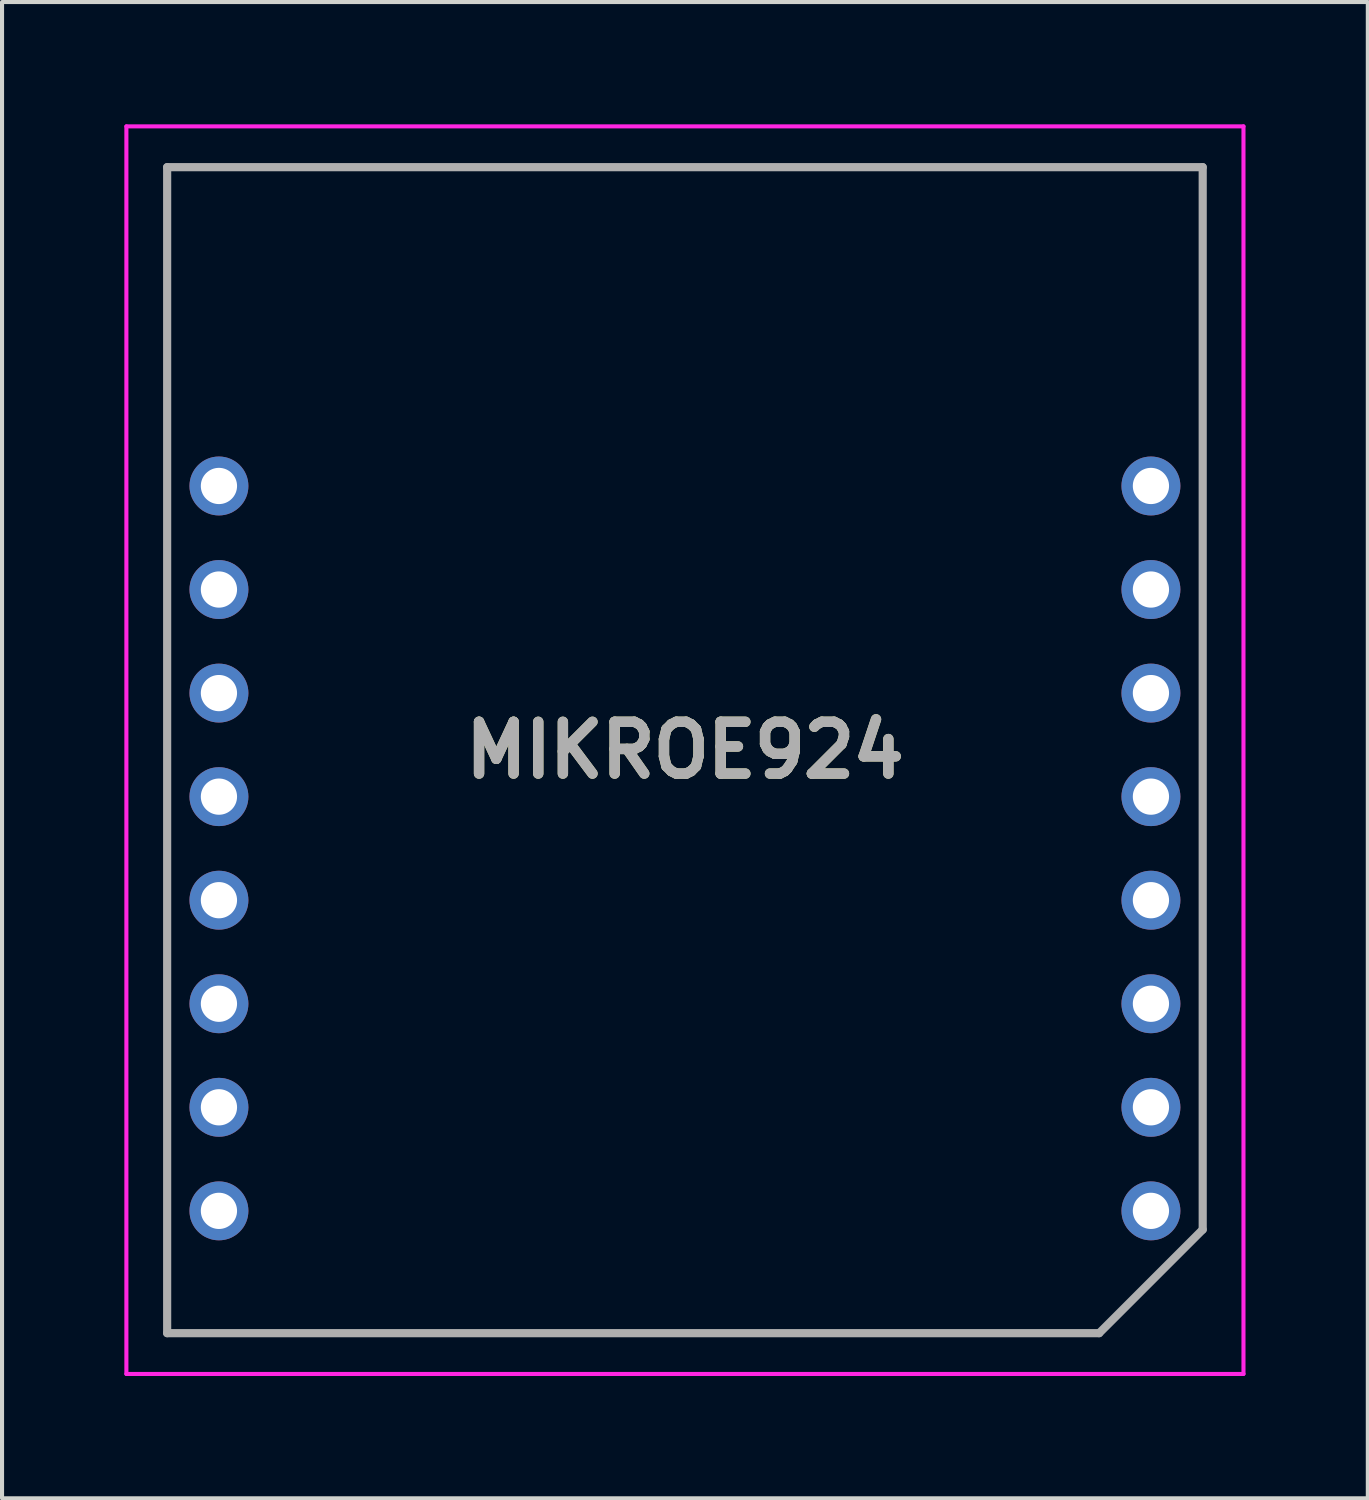
<source format=kicad_pcb>
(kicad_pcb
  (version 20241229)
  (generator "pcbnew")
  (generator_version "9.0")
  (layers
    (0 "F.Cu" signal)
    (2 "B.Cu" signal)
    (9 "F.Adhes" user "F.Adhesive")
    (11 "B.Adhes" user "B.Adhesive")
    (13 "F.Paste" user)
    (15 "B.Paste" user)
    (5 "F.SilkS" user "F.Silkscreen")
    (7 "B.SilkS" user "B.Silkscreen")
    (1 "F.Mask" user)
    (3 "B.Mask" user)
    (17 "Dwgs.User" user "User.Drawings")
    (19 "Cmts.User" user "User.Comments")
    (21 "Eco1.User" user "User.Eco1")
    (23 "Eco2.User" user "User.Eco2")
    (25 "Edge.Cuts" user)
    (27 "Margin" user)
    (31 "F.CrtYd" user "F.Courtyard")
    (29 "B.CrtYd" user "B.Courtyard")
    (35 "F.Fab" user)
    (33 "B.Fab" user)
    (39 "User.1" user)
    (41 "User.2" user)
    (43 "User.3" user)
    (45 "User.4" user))
  (footprint "MIKROE924"
    (layer "F.Cu")
    (at 2.32 8.87)
    (property "Reference" "MIKROE924" (at 11.43 6.48 0) (layer "F.SilkS") (effects (font (size 1.27 1.27) (thickness 0.254))))
    (attr through_hole)
    (fp_line (start -1.27 -7.82) (end -1.27 -7.16) (stroke (width 0.1) (type solid)) (layer "F.SilkS"))
    (fp_line (start -1.27 -7.16) (end -1.27 20.78) (stroke (width 0.1) (type solid)) (layer "F.SilkS"))
    (fp_line (start -1.27 20.78) (end 21.59 20.78) (stroke (width 0.1) (type solid)) (layer "F.SilkS"))
    (fp_line (start 21.59 20.78) (end 24.13 18.24) (stroke (width 0.1) (type solid)) (layer "F.SilkS"))
    (fp_line (start 24.13 -7.82) (end -1.27 -7.82) (stroke (width 0.1) (type solid)) (layer "F.SilkS"))
    (fp_line (start 24.13 18.24) (end 24.13 -7.82) (stroke (width 0.1) (type solid)) (layer "F.SilkS"))
    (fp_line (start -2.27 -8.82) (end 25.13 -8.82) (stroke (width 0.1) (type solid)) (layer "F.CrtYd"))
    (fp_line (start -2.27 21.78) (end -2.27 -8.82) (stroke (width 0.1) (type solid)) (layer "F.CrtYd"))
    (fp_line (start 25.13 -8.82) (end 25.13 21.78) (stroke (width 0.1) (type solid)) (layer "F.CrtYd"))
    (fp_line (start 25.13 21.78) (end -2.27 21.78) (stroke (width 0.1) (type solid)) (layer "F.CrtYd"))
    (fp_line (start -1.27 -7.82) (end 24.13 -7.82) (stroke (width 0.2) (type solid)) (layer "F.Fab"))
    (fp_line (start -1.27 20.78) (end -1.27 -7.82) (stroke (width 0.2) (type solid)) (layer "F.Fab"))
    (fp_line (start 21.59 20.78) (end -1.27 20.78) (stroke (width 0.2) (type solid)) (layer "F.Fab"))
    (fp_line (start 24.13 -7.82) (end 24.13 18.24) (stroke (width 0.2) (type solid)) (layer "F.Fab"))
    (fp_line (start 24.13 18.24) (end 21.59 20.78) (stroke (width 0.2) (type solid)) (layer "F.Fab"))
    (fp_text user "${REFERENCE}" (at 11.43 6.48 0) (layer "F.Fab") (effects (font (size 1.27 1.27) (thickness 0.254))))
    (pad "1" thru_hole circle (at 0 0) (size 1.445 1.445) (drill 0.889) (layers "*.Cu" "*.Mask"))
    (pad "2" thru_hole circle (at 0 2.54) (size 1.445 1.445) (drill 0.889) (layers "*.Cu" "*.Mask"))
    (pad "3" thru_hole circle (at 0 5.08) (size 1.445 1.445) (drill 0.889) (layers "*.Cu" "*.Mask"))
    (pad "4" thru_hole circle (at 0 7.62) (size 1.445 1.445) (drill 0.889) (layers "*.Cu" "*.Mask"))
    (pad "5" thru_hole circle (at 0 10.16) (size 1.445 1.445) (drill 0.889) (layers "*.Cu" "*.Mask"))
    (pad "6" thru_hole circle (at 0 12.7) (size 1.445 1.445) (drill 0.889) (layers "*.Cu" "*.Mask"))
    (pad "7" thru_hole circle (at 0 15.24) (size 1.445 1.445) (drill 0.889) (layers "*.Cu" "*.Mask"))
    (pad "8" thru_hole circle (at 0 17.78) (size 1.445 1.445) (drill 0.889) (layers "*.Cu" "*.Mask"))
    (pad "9" thru_hole circle (at 22.86 0) (size 1.445 1.445) (drill 0.889) (layers "*.Cu" "*.Mask"))
    (pad "10" thru_hole circle (at 22.86 2.54) (size 1.445 1.445) (drill 0.889) (layers "*.Cu" "*.Mask"))
    (pad "11" thru_hole circle (at 22.86 5.08) (size 1.445 1.445) (drill 0.889) (layers "*.Cu" "*.Mask"))
    (pad "12" thru_hole circle (at 22.86 7.62) (size 1.445 1.445) (drill 0.889) (layers "*.Cu" "*.Mask"))
    (pad "13" thru_hole circle (at 22.86 10.16) (size 1.445 1.445) (drill 0.889) (layers "*.Cu" "*.Mask"))
    (pad "14" thru_hole circle (at 22.86 12.7) (size 1.445 1.445) (drill 0.889) (layers "*.Cu" "*.Mask"))
    (pad "15" thru_hole circle (at 22.86 15.24) (size 1.445 1.445) (drill 0.889) (layers "*.Cu" "*.Mask"))
    (pad "16" thru_hole circle (at 22.86 17.78) (size 1.445 1.445) (drill 0.889) (layers "*.Cu" "*.Mask")))
  (gr_rect
    (start -3 -3)
    (end 30.5 33.7)
    (stroke (width 0.1) (type default))
    (fill no)
    (layer "Edge.Cuts")))
</source>
